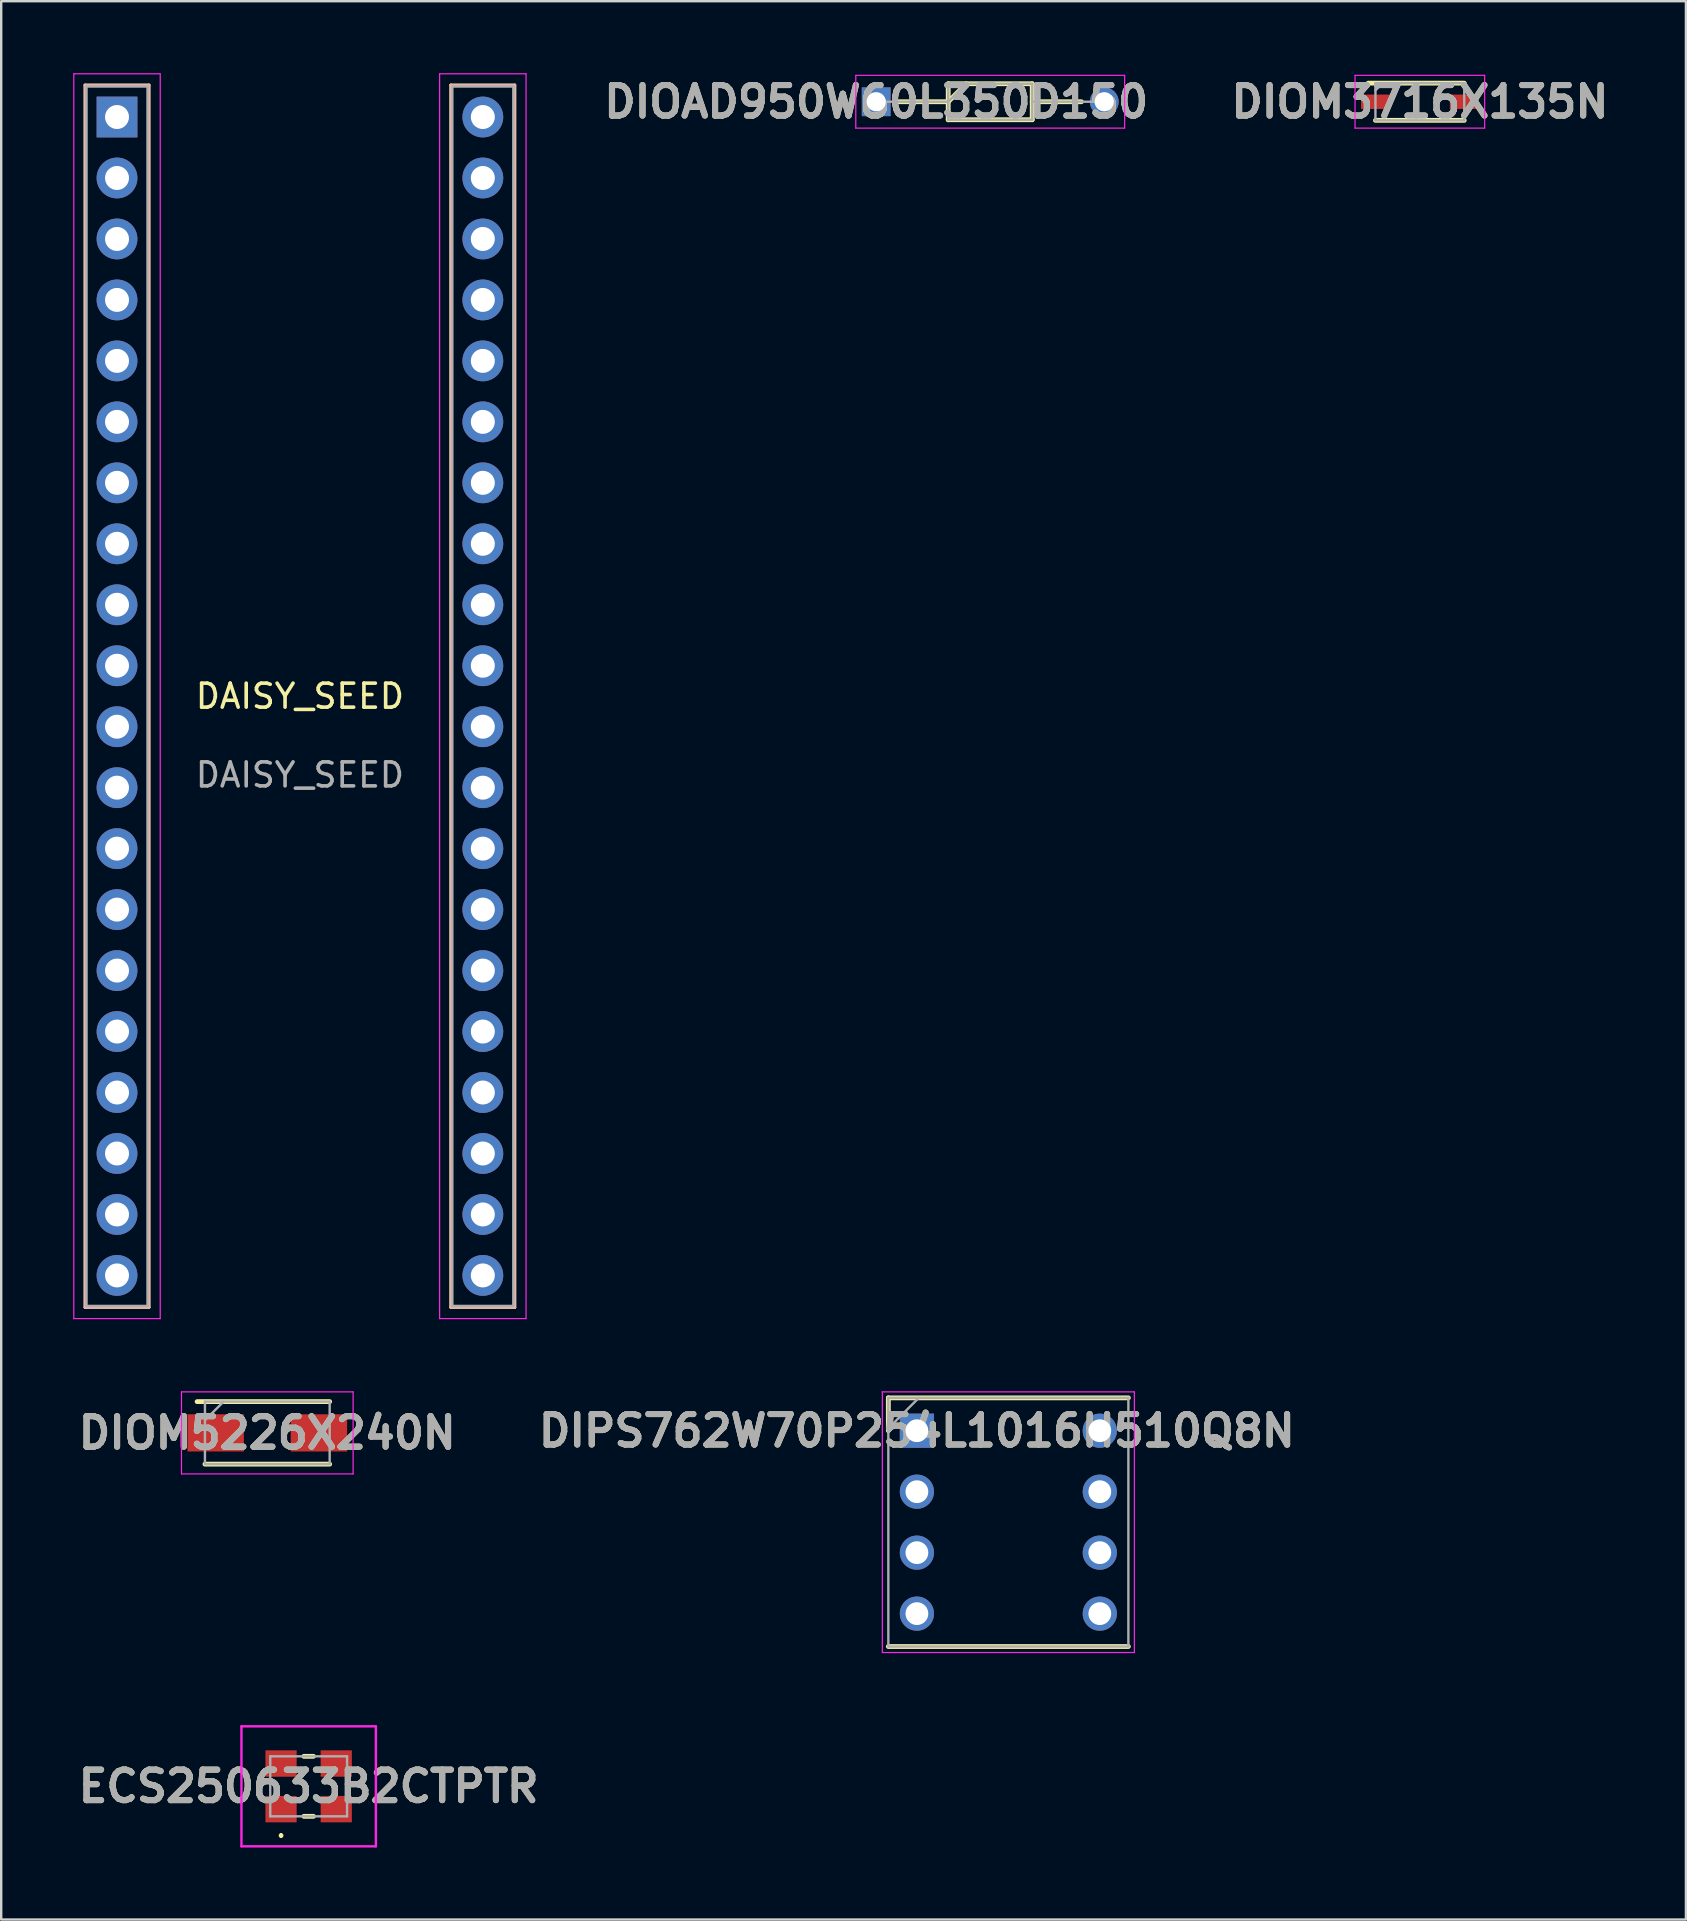
<source format=kicad_pcb>
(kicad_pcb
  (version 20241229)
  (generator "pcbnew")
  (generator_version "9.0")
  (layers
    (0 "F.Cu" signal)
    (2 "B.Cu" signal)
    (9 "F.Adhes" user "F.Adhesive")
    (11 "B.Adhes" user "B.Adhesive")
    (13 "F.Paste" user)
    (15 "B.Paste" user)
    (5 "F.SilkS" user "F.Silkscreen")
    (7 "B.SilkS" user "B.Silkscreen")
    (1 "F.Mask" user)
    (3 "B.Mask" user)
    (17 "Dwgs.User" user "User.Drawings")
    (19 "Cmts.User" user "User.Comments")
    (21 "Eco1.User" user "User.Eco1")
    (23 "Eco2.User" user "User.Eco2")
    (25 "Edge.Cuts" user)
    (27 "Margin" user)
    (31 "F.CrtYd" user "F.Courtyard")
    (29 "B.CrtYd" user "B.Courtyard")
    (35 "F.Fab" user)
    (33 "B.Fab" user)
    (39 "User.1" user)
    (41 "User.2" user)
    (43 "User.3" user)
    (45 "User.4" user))
  (footprint "DIOM5226X240N"
    (layer "F.Cu")
    (at 8.086 56.645)
    (property "Reference" "DIOM5226X240N" (at 0 0 0) (layer "F.SilkS") (effects (font (size 1.27 1.27) (thickness 0.254))))
    (attr smd)
    (fp_line (start -2.598 1.302) (end 2.598 1.302) (stroke (width 0.2) (type solid)) (layer "F.SilkS"))
    (fp_line (start 2.598 -1.302) (end -2.925 -1.302) (stroke (width 0.2) (type solid)) (layer "F.SilkS"))
    (fp_line (start -3.575 -1.71) (end 3.575 -1.71) (stroke (width 0.05) (type solid)) (layer "F.CrtYd"))
    (fp_line (start -3.575 1.71) (end -3.575 -1.71) (stroke (width 0.05) (type solid)) (layer "F.CrtYd"))
    (fp_line (start 3.575 -1.71) (end 3.575 1.71) (stroke (width 0.05) (type solid)) (layer "F.CrtYd"))
    (fp_line (start 3.575 1.71) (end -3.575 1.71) (stroke (width 0.05) (type solid)) (layer "F.CrtYd"))
    (fp_line (start -2.598 -1.302) (end 2.598 -1.302) (stroke (width 0.1) (type solid)) (layer "F.Fab"))
    (fp_line (start -2.598 -0.528) (end -1.822 -1.302) (stroke (width 0.1) (type solid)) (layer "F.Fab"))
    (fp_line (start -2.598 1.302) (end -2.598 -1.302) (stroke (width 0.1) (type solid)) (layer "F.Fab"))
    (fp_line (start 2.598 -1.302) (end 2.598 1.302) (stroke (width 0.1) (type solid)) (layer "F.Fab"))
    (fp_line (start 2.598 1.302) (end -2.598 1.302) (stroke (width 0.1) (type solid)) (layer "F.Fab"))
    (fp_text user "${REFERENCE}" (at 0 0 0) (layer "F.Fab") (effects (font (size 1.27 1.27) (thickness 0.254))))
    (pad "1" smd rect (at -2.15 0 90) (size 1.55 2.35) (layers "F.Cu" "F.Mask" "F.Paste"))
    (pad "2" smd rect (at 2.15 0 90) (size 1.55 2.35) (layers "F.Cu" "F.Mask" "F.Paste")))
  (footprint "DIPS762W70P254L1016H510Q8N"
    (layer "F.Cu")
    (at 35.149 56.555)
    (property "Reference" "DIPS762W70P254L1016H510Q8N" (at 0 0 0) (layer "F.SilkS") (effects (font (size 1.27 1.27) (thickness 0.254))))
    (attr through_hole)
    (fp_line (start -1.19 -1.37) (end -1.19 0) (stroke (width 0.2) (type solid)) (layer "F.SilkS"))
    (fp_line (start -1.19 8.99) (end 8.81 8.99) (stroke (width 0.2) (type solid)) (layer "F.SilkS"))
    (fp_line (start 8.81 -1.37) (end -1.19 -1.37) (stroke (width 0.2) (type solid)) (layer "F.SilkS"))
    (fp_line (start -1.44 -1.62) (end 9.06 -1.62) (stroke (width 0.05) (type solid)) (layer "F.CrtYd"))
    (fp_line (start -1.44 9.24) (end -1.44 -1.62) (stroke (width 0.05) (type solid)) (layer "F.CrtYd"))
    (fp_line (start 9.06 -1.62) (end 9.06 9.24) (stroke (width 0.05) (type solid)) (layer "F.CrtYd"))
    (fp_line (start 9.06 9.24) (end -1.44 9.24) (stroke (width 0.05) (type solid)) (layer "F.CrtYd"))
    (fp_line (start -1.19 -1.37) (end 8.81 -1.37) (stroke (width 0.1) (type solid)) (layer "F.Fab"))
    (fp_line (start -1.19 -0.1) (end 0.08 -1.37) (stroke (width 0.1) (type solid)) (layer "F.Fab"))
    (fp_line (start -1.19 8.99) (end -1.19 -1.37) (stroke (width 0.1) (type solid)) (layer "F.Fab"))
    (fp_line (start 8.81 -1.37) (end 8.81 8.99) (stroke (width 0.1) (type solid)) (layer "F.Fab"))
    (fp_line (start 8.81 8.99) (end -1.19 8.99) (stroke (width 0.1) (type solid)) (layer "F.Fab"))
    (fp_text user "${REFERENCE}" (at 0 0 0) (layer "F.Fab") (effects (font (size 1.27 1.27) (thickness 0.254))))
    (pad "1" thru_hole rect (at 0 0) (size 1.425 1.425) (drill 0.95) (layers "*.Cu" "*.Mask"))
    (pad "2" thru_hole circle (at 0 2.54) (size 1.425 1.425) (drill 0.95) (layers "*.Cu" "*.Mask"))
    (pad "3" thru_hole circle (at 0 5.08) (size 1.425 1.425) (drill 0.95) (layers "*.Cu" "*.Mask"))
    (pad "4" thru_hole circle (at 0 7.62) (size 1.425 1.425) (drill 0.95) (layers "*.Cu" "*.Mask"))
    (pad "5" thru_hole circle (at 7.62 7.62) (size 1.425 1.425) (drill 0.95) (layers "*.Cu" "*.Mask"))
    (pad "6" thru_hole circle (at 7.62 5.08) (size 1.425 1.425) (drill 0.95) (layers "*.Cu" "*.Mask"))
    (pad "7" thru_hole circle (at 7.62 2.54) (size 1.425 1.425) (drill 0.95) (layers "*.Cu" "*.Mask"))
    (pad "8" thru_hole circle (at 7.62 0) (size 1.425 1.425) (drill 0.95) (layers "*.Cu" "*.Mask")))
  (footprint "DAISY_SEED"
    (layer "F.Cu")
    (at 1.825 1.825)
    (property "Reference" "DAISY_SEED" (at 7.62 24.13 0) (layer "F.SilkS") (effects (font (size 1 1) (thickness 0.15))))
    (attr through_hole)
    (fp_line (start -1.33 -1.33) (end -1.33 49.59) (stroke (width 0.12) (type solid)) (layer "F.SilkS"))
    (fp_line (start -1.33 49.59) (end 1.33 49.59) (stroke (width 0.12) (type solid)) (layer "F.SilkS"))
    (fp_line (start 1.33 -1.33) (end -1.33 -1.33) (stroke (width 0.12) (type solid)) (layer "F.SilkS"))
    (fp_line (start 1.33 -1.33) (end 1.33 49.59) (stroke (width 0.12) (type solid)) (layer "F.SilkS"))
    (fp_line (start 13.91 -1.33) (end 13.91 49.59) (stroke (width 0.12) (type solid)) (layer "F.SilkS"))
    (fp_line (start 13.91 49.59) (end 16.57 49.59) (stroke (width 0.12) (type solid)) (layer "F.SilkS"))
    (fp_line (start 16.57 -1.33) (end 13.91 -1.33) (stroke (width 0.12) (type solid)) (layer "F.SilkS"))
    (fp_line (start 16.57 -1.33) (end 16.57 49.59) (stroke (width 0.12) (type solid)) (layer "F.SilkS"))
    (fp_line (start -1.33 -1.33) (end -1.33 49.59) (stroke (width 0.12) (type solid)) (layer "B.SilkS"))
    (fp_line (start -1.33 -1.33) (end 1.33 -1.33) (stroke (width 0.12) (type solid)) (layer "B.SilkS"))
    (fp_line (start -1.33 49.59) (end 1.33 49.59) (stroke (width 0.12) (type solid)) (layer "B.SilkS"))
    (fp_line (start 1.33 -1.33) (end 1.33 49.59) (stroke (width 0.12) (type solid)) (layer "B.SilkS"))
    (fp_line (start 13.91 -1.33) (end 13.91 49.59) (stroke (width 0.12) (type solid)) (layer "B.SilkS"))
    (fp_line (start 13.91 -1.33) (end 16.57 -1.33) (stroke (width 0.12) (type solid)) (layer "B.SilkS"))
    (fp_line (start 13.91 49.59) (end 16.57 49.59) (stroke (width 0.12) (type solid)) (layer "B.SilkS"))
    (fp_line (start 16.57 -1.33) (end 16.57 49.59) (stroke (width 0.12) (type solid)) (layer "B.SilkS"))
    (fp_line (start -1.8 -1.8) (end -1.8 50.06) (stroke (width 0.05) (type solid)) (layer "F.CrtYd"))
    (fp_line (start -1.8 50.06) (end 1.8 50.06) (stroke (width 0.05) (type solid)) (layer "F.CrtYd"))
    (fp_line (start 1.8 -1.8) (end -1.8 -1.8) (stroke (width 0.05) (type solid)) (layer "F.CrtYd"))
    (fp_line (start 1.8 50.06) (end 1.8 -1.8) (stroke (width 0.05) (type solid)) (layer "F.CrtYd"))
    (fp_line (start 13.44 -1.8) (end 13.44 50.06) (stroke (width 0.05) (type solid)) (layer "F.CrtYd"))
    (fp_line (start 13.44 50.06) (end 17.04 50.06) (stroke (width 0.05) (type solid)) (layer "F.CrtYd"))
    (fp_line (start 17.04 -1.8) (end 13.44 -1.8) (stroke (width 0.05) (type solid)) (layer "F.CrtYd"))
    (fp_line (start 17.04 50.06) (end 17.04 -1.8) (stroke (width 0.05) (type solid)) (layer "F.CrtYd"))
    (fp_line (start -1.27 -1.27) (end 1.27 -1.27) (stroke (width 0.1) (type solid)) (layer "F.Fab"))
    (fp_line (start -1.27 49.53) (end -1.27 -1.27) (stroke (width 0.1) (type solid)) (layer "F.Fab"))
    (fp_line (start 1.27 -1.27) (end 1.27 49.53) (stroke (width 0.1) (type solid)) (layer "F.Fab"))
    (fp_line (start 1.27 49.53) (end -1.27 49.53) (stroke (width 0.1) (type solid)) (layer "F.Fab"))
    (fp_line (start 13.97 -1.27) (end 16.51 -1.27) (stroke (width 0.1) (type solid)) (layer "F.Fab"))
    (fp_line (start 13.97 49.53) (end 13.97 -1.27) (stroke (width 0.1) (type solid)) (layer "F.Fab"))
    (fp_line (start 16.51 -1.27) (end 16.51 49.53) (stroke (width 0.1) (type solid)) (layer "F.Fab"))
    (fp_line (start 16.51 49.53) (end 13.97 49.53) (stroke (width 0.1) (type solid)) (layer "F.Fab"))
    (fp_text user "${REFERENCE}" (at 7.62 27.41 0) (layer "F.Fab") (effects (font (size 1 1) (thickness 0.15))))
    (pad "1" thru_hole rect (at 0 0) (size 1.7 1.7) (drill 1) (layers "*.Cu" "*.Mask"))
    (pad "2" thru_hole oval (at 0 2.54) (size 1.7 1.7) (drill 1) (layers "*.Cu" "*.Mask"))
    (pad "3" thru_hole oval (at 0 5.08) (size 1.7 1.7) (drill 1) (layers "*.Cu" "*.Mask"))
    (pad "4" thru_hole oval (at 0 7.62) (size 1.7 1.7) (drill 1) (layers "*.Cu" "*.Mask"))
    (pad "5" thru_hole oval (at 0 10.16) (size 1.7 1.7) (drill 1) (layers "*.Cu" "*.Mask"))
    (pad "6" thru_hole oval (at 0 12.7) (size 1.7 1.7) (drill 1) (layers "*.Cu" "*.Mask"))
    (pad "7" thru_hole oval (at 0 15.24) (size 1.7 1.7) (drill 1) (layers "*.Cu" "*.Mask"))
    (pad "8" thru_hole oval (at 0 17.78) (size 1.7 1.7) (drill 1) (layers "*.Cu" "*.Mask"))
    (pad "9" thru_hole oval (at 0 20.32) (size 1.7 1.7) (drill 1) (layers "*.Cu" "*.Mask"))
    (pad "10" thru_hole oval (at 0 22.86) (size 1.7 1.7) (drill 1) (layers "*.Cu" "*.Mask"))
    (pad "11" thru_hole oval (at 0 25.4) (size 1.7 1.7) (drill 1) (layers "*.Cu" "*.Mask"))
    (pad "12" thru_hole oval (at 0 27.94) (size 1.7 1.7) (drill 1) (layers "*.Cu" "*.Mask"))
    (pad "13" thru_hole oval (at 0 30.48) (size 1.7 1.7) (drill 1) (layers "*.Cu" "*.Mask"))
    (pad "14" thru_hole oval (at 0 33.02) (size 1.7 1.7) (drill 1) (layers "*.Cu" "*.Mask"))
    (pad "15" thru_hole oval (at 0 35.56) (size 1.7 1.7) (drill 1) (layers "*.Cu" "*.Mask"))
    (pad "16" thru_hole oval (at 0 38.1) (size 1.7 1.7) (drill 1) (layers "*.Cu" "*.Mask"))
    (pad "17" thru_hole oval (at 0 40.64) (size 1.7 1.7) (drill 1) (layers "*.Cu" "*.Mask"))
    (pad "18" thru_hole oval (at 0 43.18) (size 1.7 1.7) (drill 1) (layers "*.Cu" "*.Mask"))
    (pad "19" thru_hole oval (at 0 45.72) (size 1.7 1.7) (drill 1) (layers "*.Cu" "*.Mask"))
    (pad "20" thru_hole oval (at 0 48.26) (size 1.7 1.7) (drill 1) (layers "*.Cu" "*.Mask"))
    (pad "21" thru_hole oval (at 15.24 48.26) (size 1.7 1.7) (drill 1) (layers "*.Cu" "*.Mask"))
    (pad "22" thru_hole oval (at 15.24 45.72) (size 1.7 1.7) (drill 1) (layers "*.Cu" "*.Mask"))
    (pad "23" thru_hole oval (at 15.24 43.18) (size 1.7 1.7) (drill 1) (layers "*.Cu" "*.Mask"))
    (pad "24" thru_hole oval (at 15.24 40.64) (size 1.7 1.7) (drill 1) (layers "*.Cu" "*.Mask"))
    (pad "25" thru_hole oval (at 15.24 38.1) (size 1.7 1.7) (drill 1) (layers "*.Cu" "*.Mask"))
    (pad "26" thru_hole oval (at 15.24 35.56) (size 1.7 1.7) (drill 1) (layers "*.Cu" "*.Mask"))
    (pad "27" thru_hole oval (at 15.24 33.02) (size 1.7 1.7) (drill 1) (layers "*.Cu" "*.Mask"))
    (pad "28" thru_hole oval (at 15.24 30.48) (size 1.7 1.7) (drill 1) (layers "*.Cu" "*.Mask"))
    (pad "29" thru_hole oval (at 15.24 27.94) (size 1.7 1.7) (drill 1) (layers "*.Cu" "*.Mask"))
    (pad "30" thru_hole oval (at 15.24 25.4) (size 1.7 1.7) (drill 1) (layers "*.Cu" "*.Mask"))
    (pad "31" thru_hole oval (at 15.24 22.86) (size 1.7 1.7) (drill 1) (layers "*.Cu" "*.Mask"))
    (pad "32" thru_hole oval (at 15.24 20.32) (size 1.7 1.7) (drill 1) (layers "*.Cu" "*.Mask"))
    (pad "33" thru_hole oval (at 15.24 17.78) (size 1.7 1.7) (drill 1) (layers "*.Cu" "*.Mask"))
    (pad "34" thru_hole oval (at 15.24 15.24) (size 1.7 1.7) (drill 1) (layers "*.Cu" "*.Mask"))
    (pad "35" thru_hole oval (at 15.24 12.7) (size 1.7 1.7) (drill 1) (layers "*.Cu" "*.Mask"))
    (pad "36" thru_hole oval (at 15.24 10.16) (size 1.7 1.7) (drill 1) (layers "*.Cu" "*.Mask"))
    (pad "37" thru_hole oval (at 15.24 7.62) (size 1.7 1.7) (drill 1) (layers "*.Cu" "*.Mask"))
    (pad "38" thru_hole oval (at 15.24 5.08) (size 1.7 1.7) (drill 1) (layers "*.Cu" "*.Mask"))
    (pad "39" thru_hole oval (at 15.24 2.54) (size 1.7 1.7) (drill 1) (layers "*.Cu" "*.Mask"))
    (pad "40" thru_hole oval (at 15.24 0) (size 1.7 1.7) (drill 1) (layers "*.Cu" "*.Mask")))
  (footprint "ECS250633B2CTPTR"
    (layer "F.Cu")
    (at 9.809 71.37)
    (property "Reference" "ECS250633B2CTPTR" (at 0 0 0) (layer "F.SilkS") (effects (font (size 1.27 1.27) (thickness 0.254))))
    (attr smd)
    (fp_line (start -1.15 2) (end -1.15 2) (stroke (width 0.1) (type solid)) (layer "F.SilkS"))
    (fp_line (start -1.15 2.1) (end -1.15 2.1) (stroke (width 0.1) (type solid)) (layer "F.SilkS"))
    (fp_line (start -0.2 -1.25) (end 0.2 -1.25) (stroke (width 0.2) (type solid)) (layer "F.SilkS"))
    (fp_line (start -0.2 1.25) (end 0.2 1.25) (stroke (width 0.2) (type solid)) (layer "F.SilkS"))
    (fp_arc (start -1.15 2) (mid -1.1 2.05) (end -1.15 2.1) (stroke (width 0.1) (type solid)) (layer "F.SilkS"))
    (fp_arc (start -1.15 2.1) (mid -1.2 2.05) (end -1.15 2) (stroke (width 0.1) (type solid)) (layer "F.SilkS"))
    (fp_line (start -2.8 -2.5) (end 2.8 -2.5) (stroke (width 0.1) (type solid)) (layer "F.CrtYd"))
    (fp_line (start -2.8 2.5) (end -2.8 -2.5) (stroke (width 0.1) (type solid)) (layer "F.CrtYd"))
    (fp_line (start 2.8 -2.5) (end 2.8 2.5) (stroke (width 0.1) (type solid)) (layer "F.CrtYd"))
    (fp_line (start 2.8 2.5) (end -2.8 2.5) (stroke (width 0.1) (type solid)) (layer "F.CrtYd"))
    (fp_line (start -1.6 -1.25) (end 1.6 -1.25) (stroke (width 0.1) (type solid)) (layer "F.Fab"))
    (fp_line (start -1.6 1.25) (end -1.6 -1.25) (stroke (width 0.1) (type solid)) (layer "F.Fab"))
    (fp_line (start 1.6 -1.25) (end 1.6 1.25) (stroke (width 0.1) (type solid)) (layer "F.Fab"))
    (fp_line (start 1.6 1.25) (end -1.6 1.25) (stroke (width 0.1) (type solid)) (layer "F.Fab"))
    (fp_text user "${REFERENCE}" (at 0 0 0) (layer "F.Fab") (effects (font (size 1.27 1.27) (thickness 0.254))))
    (pad "1" smd rect (at -1.15 0.95 90) (size 1.1 1.3) (layers "F.Cu" "F.Mask" "F.Paste"))
    (pad "2" smd rect (at 1.15 0.95 90) (size 1.1 1.3) (layers "F.Cu" "F.Mask" "F.Paste"))
    (pad "3" smd rect (at 1.15 -0.95 90) (size 1.1 1.3) (layers "F.Cu" "F.Mask" "F.Paste"))
    (pad "4" smd rect (at -1.15 -0.95 90) (size 1.1 1.3) (layers "F.Cu" "F.Mask" "F.Paste")))
  (footprint "DIOAD950W60L350D150"
    (layer "F.Cu")
    (at 33.453 1.189)
    (property "Reference" "DIOAD950W60L350D150" (at 0 0 0) (layer "F.SilkS") (effects (font (size 1.27 1.27) (thickness 0.254))))
    (attr through_hole)
    (fp_line (start 0.95 0) (end 3 0) (stroke (width 0.2) (type solid)) (layer "F.SilkS"))
    (fp_line (start 3 -0.75) (end 6.5 -0.75) (stroke (width 0.2) (type solid)) (layer "F.SilkS"))
    (fp_line (start 3 0) (end 3.75 -0.75) (stroke (width 0.2) (type solid)) (layer "F.SilkS"))
    (fp_line (start 3 0.75) (end 3 -0.75) (stroke (width 0.2) (type solid)) (layer "F.SilkS"))
    (fp_line (start 6.5 -0.75) (end 6.5 0.75) (stroke (width 0.2) (type solid)) (layer "F.SilkS"))
    (fp_line (start 6.5 0) (end 8.55 0) (stroke (width 0.2) (type solid)) (layer "F.SilkS"))
    (fp_line (start 6.5 0.75) (end 3 0.75) (stroke (width 0.2) (type solid)) (layer "F.SilkS"))
    (fp_line (start -0.85 -1.1) (end 10.35 -1.1) (stroke (width 0.05) (type solid)) (layer "F.CrtYd"))
    (fp_line (start -0.85 1.1) (end -0.85 -1.1) (stroke (width 0.05) (type solid)) (layer "F.CrtYd"))
    (fp_line (start 10.35 -1.1) (end 10.35 1.1) (stroke (width 0.05) (type solid)) (layer "F.CrtYd"))
    (fp_line (start 10.35 1.1) (end -0.85 1.1) (stroke (width 0.05) (type solid)) (layer "F.CrtYd"))
    (fp_line (start 0 0) (end 3 0) (stroke (width 0.1) (type solid)) (layer "F.Fab"))
    (fp_line (start 3 -0.75) (end 6.5 -0.75) (stroke (width 0.1) (type solid)) (layer "F.Fab"))
    (fp_line (start 3 0) (end 3.75 -0.75) (stroke (width 0.1) (type solid)) (layer "F.Fab"))
    (fp_line (start 3 0.75) (end 3 -0.75) (stroke (width 0.1) (type solid)) (layer "F.Fab"))
    (fp_line (start 6.5 -0.75) (end 6.5 0.75) (stroke (width 0.1) (type solid)) (layer "F.Fab"))
    (fp_line (start 6.5 0) (end 9.5 0) (stroke (width 0.1) (type solid)) (layer "F.Fab"))
    (fp_line (start 6.5 0.75) (end 3 0.75) (stroke (width 0.1) (type solid)) (layer "F.Fab"))
    (fp_text user "${REFERENCE}" (at 0 0 0) (layer "F.Fab") (effects (font (size 1.27 1.27) (thickness 0.254))))
    (pad "1" thru_hole rect (at 0 0) (size 1.2 1.2) (drill 0.8) (layers "*.Cu" "*.Mask"))
    (pad "2" thru_hole circle (at 9.5 0) (size 1.2 1.2) (drill 0.8) (layers "*.Cu" "*.Mask")))
  (footprint "DIOM3716X135N"
    (layer "F.Cu")
    (at 56.102 1.189)
    (property "Reference" "DIOM3716X135N" (at 0 0 0) (layer "F.SilkS") (effects (font (size 1.27 1.27) (thickness 0.254))))
    (attr smd)
    (fp_line (start -1.85 0.775) (end 1.85 0.775) (stroke (width 0.2) (type solid)) (layer "F.SilkS"))
    (fp_line (start 1.85 -0.775) (end -2.15 -0.775) (stroke (width 0.2) (type solid)) (layer "F.SilkS"))
    (fp_line (start -2.7 -1.1) (end 2.7 -1.1) (stroke (width 0.05) (type solid)) (layer "F.CrtYd"))
    (fp_line (start -2.7 1.1) (end -2.7 -1.1) (stroke (width 0.05) (type solid)) (layer "F.CrtYd"))
    (fp_line (start 2.7 -1.1) (end 2.7 1.1) (stroke (width 0.05) (type solid)) (layer "F.CrtYd"))
    (fp_line (start 2.7 1.1) (end -2.7 1.1) (stroke (width 0.05) (type solid)) (layer "F.CrtYd"))
    (fp_line (start -1.85 -0.775) (end 1.85 -0.775) (stroke (width 0.1) (type solid)) (layer "F.Fab"))
    (fp_line (start -1.85 -0.475) (end -1.55 -0.775) (stroke (width 0.1) (type solid)) (layer "F.Fab"))
    (fp_line (start -1.85 0.775) (end -1.85 -0.775) (stroke (width 0.1) (type solid)) (layer "F.Fab"))
    (fp_line (start 1.85 -0.775) (end 1.85 0.775) (stroke (width 0.1) (type solid)) (layer "F.Fab"))
    (fp_line (start 1.85 0.775) (end -1.85 0.775) (stroke (width 0.1) (type solid)) (layer "F.Fab"))
    (fp_text user "${REFERENCE}" (at 0 0 0) (layer "F.Fab") (effects (font (size 1.27 1.27) (thickness 0.254))))
    (pad "1" smd rect (at -1.85 0 90) (size 0.6 1.2) (layers "F.Cu" "F.Mask" "F.Paste"))
    (pad "2" smd rect (at 1.85 0 90) (size 0.6 1.2) (layers "F.Cu" "F.Mask" "F.Paste")))
  (gr_rect
    (start -3 -3)
    (end 67.187 76.92)
    (stroke (width 0.1) (type default))
    (fill no)
    (layer "Edge.Cuts")))
</source>
